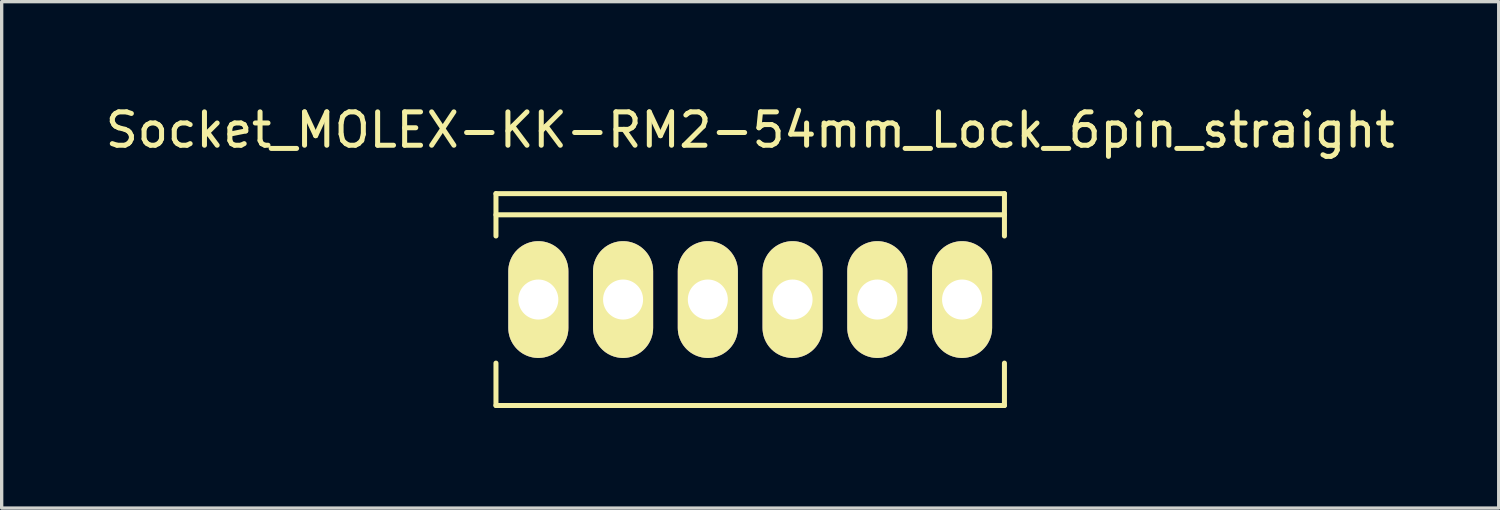
<source format=kicad_pcb>
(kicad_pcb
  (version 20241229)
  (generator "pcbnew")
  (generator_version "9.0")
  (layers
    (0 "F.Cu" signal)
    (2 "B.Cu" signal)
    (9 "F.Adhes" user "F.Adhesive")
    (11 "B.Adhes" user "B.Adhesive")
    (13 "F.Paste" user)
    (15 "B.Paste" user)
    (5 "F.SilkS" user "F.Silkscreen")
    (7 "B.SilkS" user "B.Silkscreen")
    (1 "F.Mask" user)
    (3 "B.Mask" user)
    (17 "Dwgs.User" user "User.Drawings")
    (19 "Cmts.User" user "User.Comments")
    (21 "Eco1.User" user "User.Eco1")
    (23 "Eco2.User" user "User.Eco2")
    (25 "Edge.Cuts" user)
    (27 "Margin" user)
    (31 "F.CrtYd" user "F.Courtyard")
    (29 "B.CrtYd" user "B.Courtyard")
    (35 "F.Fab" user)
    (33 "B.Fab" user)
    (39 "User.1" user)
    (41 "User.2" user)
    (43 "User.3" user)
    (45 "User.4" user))
  (footprint "Socket_MOLEX-KK-RM2-54mm_Lock_6pin_straight"
    (layer "F.Cu")
    (at 19.435 5.928)
    (property "Reference" "Socket_MOLEX-KK-RM2-54mm_Lock_6pin_straight" (at 0 -5.08 0) (layer "F.SilkS") (effects (font (size 1 1) (thickness 0.15))))
    (attr through_hole)
    (fp_line (start -7.62 -3.175) (end 7.62 -3.175) (stroke (width 0.15) (type solid)) (layer "F.SilkS"))
    (fp_line (start -7.62 -1.905) (end -7.62 -3.175) (stroke (width 0.15) (type solid)) (layer "F.SilkS"))
    (fp_line (start -7.62 3.175) (end -7.62 1.905) (stroke (width 0.15) (type solid)) (layer "F.SilkS"))
    (fp_line (start 7.62 -3.175) (end 7.62 -1.905) (stroke (width 0.15) (type solid)) (layer "F.SilkS"))
    (fp_line (start 7.62 -2.54) (end -7.62 -2.54) (stroke (width 0.15) (type solid)) (layer "F.SilkS"))
    (fp_line (start 7.62 3.175) (end -7.62 3.175) (stroke (width 0.15) (type solid)) (layer "F.SilkS"))
    (fp_line (start 7.62 3.175) (end 7.62 1.905) (stroke (width 0.15) (type solid)) (layer "F.SilkS"))
    (pad "1" thru_hole oval (at -6.35 0) (size 1.801 3.5) (drill 1.199) (layers "*.Cu" "*.Mask" "F.SilkS"))
    (pad "2" thru_hole oval (at -3.81 0) (size 1.801 3.5) (drill 1.199) (layers "*.Cu" "*.Mask" "F.SilkS"))
    (pad "3" thru_hole oval (at -1.27 0) (size 1.801 3.5) (drill 1.199) (layers "*.Cu" "*.Mask" "F.SilkS"))
    (pad "4" thru_hole oval (at 1.27 0) (size 1.801 3.5) (drill 1.199) (layers "*.Cu" "*.Mask" "F.SilkS"))
    (pad "5" thru_hole oval (at 3.81 0) (size 1.801 3.5) (drill 1.199) (layers "*.Cu" "*.Mask" "F.SilkS"))
    (pad "6" thru_hole oval (at 6.35 0) (size 1.801 3.5) (drill 1.199) (layers "*.Cu" "*.Mask" "F.SilkS")))
  (gr_rect
    (start -3 -3)
    (end 41.869 12.178)
    (stroke (width 0.1) (type default))
    (fill no)
    (layer "Edge.Cuts")))
</source>
